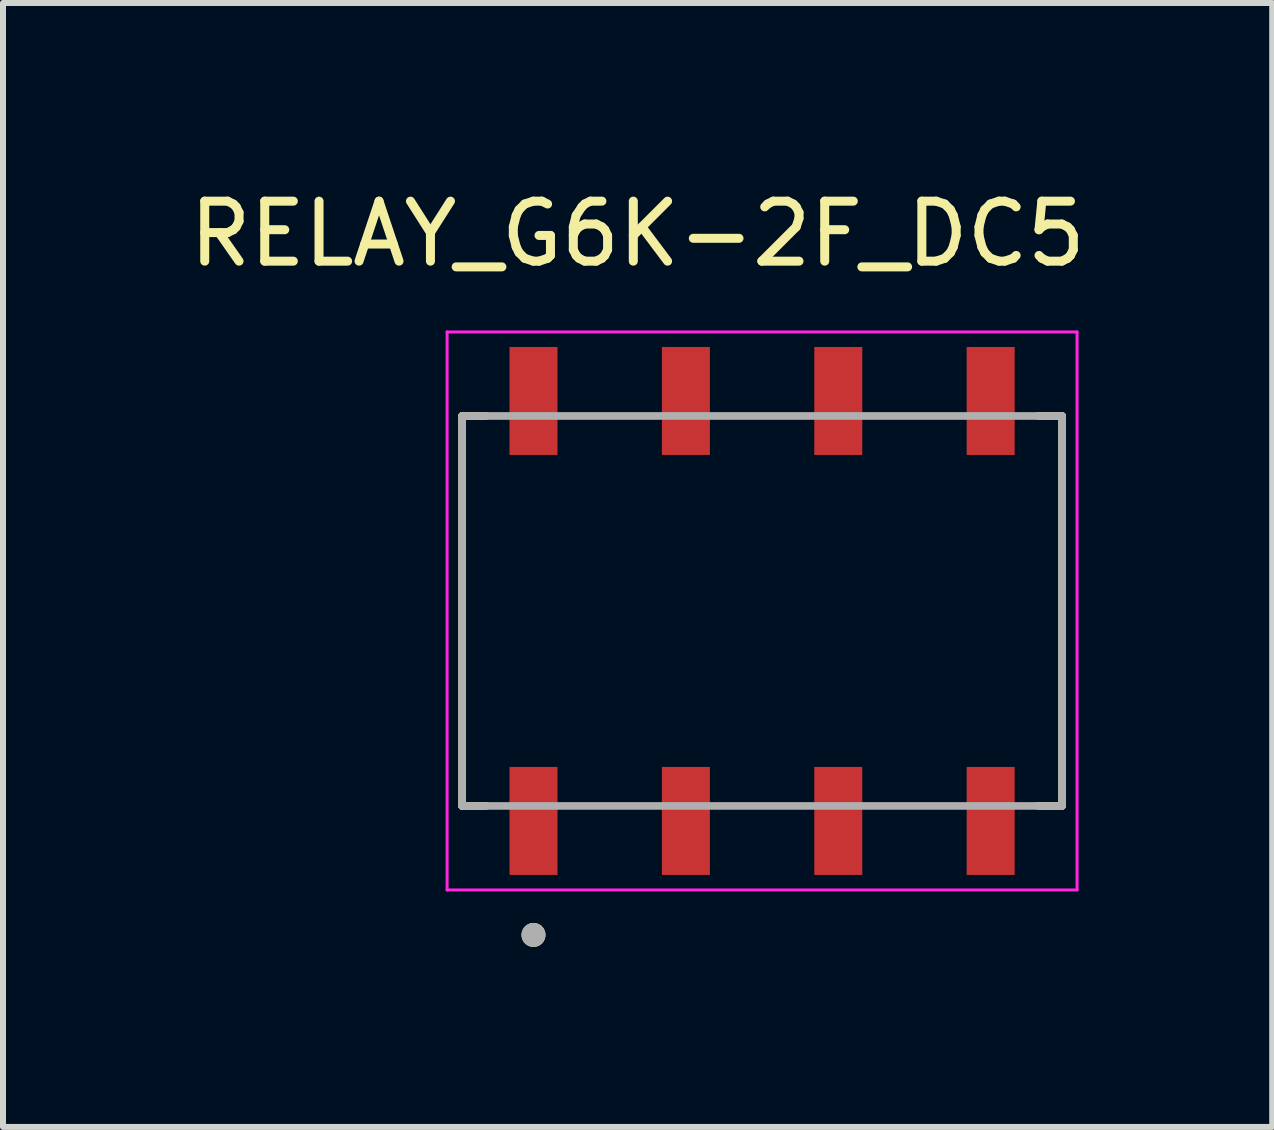
<source format=kicad_pcb>
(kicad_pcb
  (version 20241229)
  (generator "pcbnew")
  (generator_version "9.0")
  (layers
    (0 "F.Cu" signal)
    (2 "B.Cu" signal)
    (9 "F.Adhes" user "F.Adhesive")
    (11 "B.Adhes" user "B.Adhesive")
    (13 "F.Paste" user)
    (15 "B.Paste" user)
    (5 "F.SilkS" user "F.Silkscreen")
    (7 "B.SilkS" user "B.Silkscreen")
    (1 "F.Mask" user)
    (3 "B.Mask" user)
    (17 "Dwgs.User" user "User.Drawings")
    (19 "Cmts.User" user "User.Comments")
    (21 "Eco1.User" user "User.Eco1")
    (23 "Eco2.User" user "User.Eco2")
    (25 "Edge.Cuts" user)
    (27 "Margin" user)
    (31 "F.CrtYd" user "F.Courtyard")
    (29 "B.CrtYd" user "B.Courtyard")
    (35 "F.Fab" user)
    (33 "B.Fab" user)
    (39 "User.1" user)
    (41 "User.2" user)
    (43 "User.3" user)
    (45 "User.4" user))
  (footprint "RELAY_G6K-2F_DC5"
    (layer "F.Cu")
    (at 9.652 7.133)
    (property "Reference" "RELAY_G6K-2F_DC5" (at -2.075 -6.285 0) (layer "F.SilkS") (effects (font (size 1 1) (thickness 0.15))))
    (attr smd)
    (fp_line (start -5 -3.25) (end -4.6 -3.25) (stroke (width 0.127) (type solid)) (layer "F.SilkS"))
    (fp_line (start -5 3.25) (end -5 -3.25) (stroke (width 0.127) (type solid)) (layer "F.SilkS"))
    (fp_line (start -5 3.25) (end -4.6 3.25) (stroke (width 0.127) (type solid)) (layer "F.SilkS"))
    (fp_line (start 5 -3.25) (end 4.6 -3.25) (stroke (width 0.127) (type solid)) (layer "F.SilkS"))
    (fp_line (start 5 -3.25) (end 5 3.25) (stroke (width 0.127) (type solid)) (layer "F.SilkS"))
    (fp_line (start 5 3.25) (end 4.6 3.25) (stroke (width 0.127) (type solid)) (layer "F.SilkS"))
    (fp_circle (center -3.81 5.4) (end -3.71 5.4) (stroke (width 0.2) (type solid)) (fill no) (layer "F.SilkS"))
    (fp_line (start -5.25 -4.65) (end -5.25 4.65) (stroke (width 0.05) (type solid)) (layer "F.CrtYd"))
    (fp_line (start -5.25 4.65) (end 5.25 4.65) (stroke (width 0.05) (type solid)) (layer "F.CrtYd"))
    (fp_line (start 5.25 -4.65) (end -5.25 -4.65) (stroke (width 0.05) (type solid)) (layer "F.CrtYd"))
    (fp_line (start 5.25 4.65) (end 5.25 -4.65) (stroke (width 0.05) (type solid)) (layer "F.CrtYd"))
    (fp_line (start -5 -3.25) (end 5 -3.25) (stroke (width 0.127) (type solid)) (layer "F.Fab"))
    (fp_line (start -5 3.25) (end -5 -3.25) (stroke (width 0.127) (type solid)) (layer "F.Fab"))
    (fp_line (start 5 -3.25) (end 5 3.25) (stroke (width 0.127) (type solid)) (layer "F.Fab"))
    (fp_line (start 5 3.25) (end -5 3.25) (stroke (width 0.127) (type solid)) (layer "F.Fab"))
    (fp_circle (center -3.81 5.4) (end -3.71 5.4) (stroke (width 0.2) (type solid)) (fill no) (layer "F.Fab"))
    (pad "1" smd rect (at -3.81 3.5) (size 0.8 1.8) (layers "F.Cu" "F.Mask" "F.Paste"))
    (pad "2" smd rect (at -1.27 3.5) (size 0.8 1.8) (layers "F.Cu" "F.Mask" "F.Paste"))
    (pad "3" smd rect (at 1.27 3.5) (size 0.8 1.8) (layers "F.Cu" "F.Mask" "F.Paste"))
    (pad "4" smd rect (at 3.81 3.5) (size 0.8 1.8) (layers "F.Cu" "F.Mask" "F.Paste"))
    (pad "5" smd rect (at 3.81 -3.5) (size 0.8 1.8) (layers "F.Cu" "F.Mask" "F.Paste"))
    (pad "6" smd rect (at 1.27 -3.5) (size 0.8 1.8) (layers "F.Cu" "F.Mask" "F.Paste"))
    (pad "7" smd rect (at -1.27 -3.5) (size 0.8 1.8) (layers "F.Cu" "F.Mask" "F.Paste"))
    (pad "8" smd rect (at -3.81 -3.5) (size 0.8 1.8) (layers "F.Cu" "F.Mask" "F.Paste")))
  (gr_rect
    (start -3 -3)
    (end 18.155 15.733)
    (stroke (width 0.1) (type default))
    (fill no)
    (layer "Edge.Cuts")))
</source>
